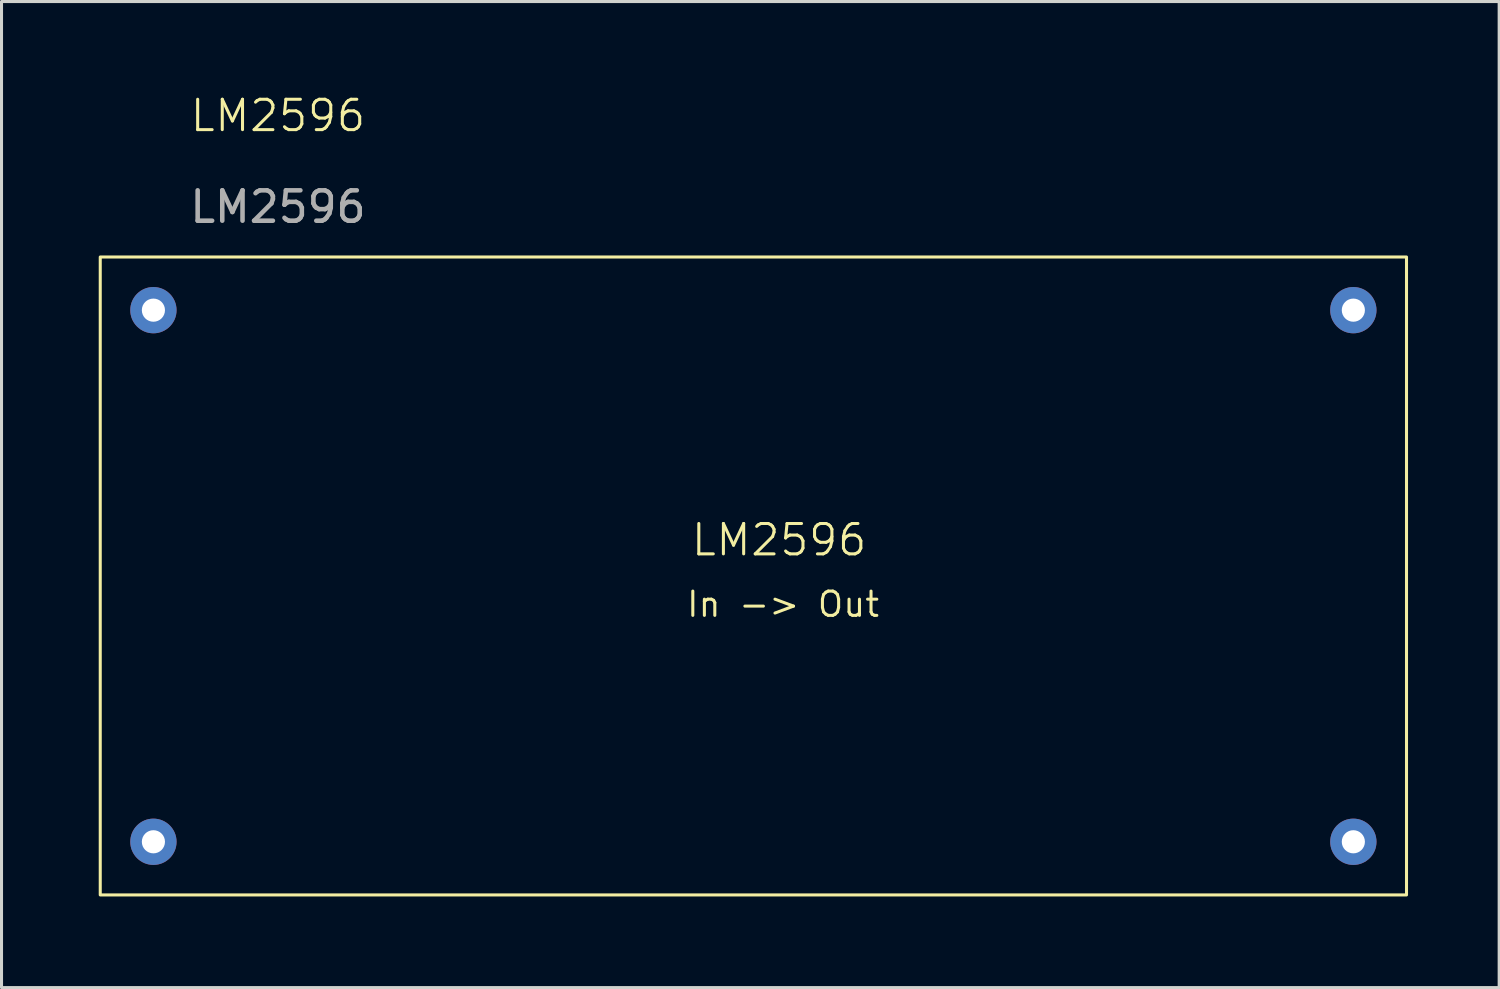
<source format=kicad_pcb>
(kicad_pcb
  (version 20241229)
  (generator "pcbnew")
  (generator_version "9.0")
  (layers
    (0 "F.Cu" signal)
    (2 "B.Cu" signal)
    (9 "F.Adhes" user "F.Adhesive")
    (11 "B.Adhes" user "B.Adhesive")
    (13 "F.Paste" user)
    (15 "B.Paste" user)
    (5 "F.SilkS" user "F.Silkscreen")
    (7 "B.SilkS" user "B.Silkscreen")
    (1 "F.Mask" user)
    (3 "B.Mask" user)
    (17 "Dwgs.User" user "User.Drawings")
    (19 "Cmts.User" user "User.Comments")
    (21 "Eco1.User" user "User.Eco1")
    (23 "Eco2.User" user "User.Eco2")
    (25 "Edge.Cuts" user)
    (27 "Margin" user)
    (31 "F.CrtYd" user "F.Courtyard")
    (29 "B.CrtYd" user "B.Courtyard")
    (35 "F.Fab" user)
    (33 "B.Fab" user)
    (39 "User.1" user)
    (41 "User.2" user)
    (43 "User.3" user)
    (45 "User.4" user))
  (footprint "LM2596"
    (layer "F.Cu")
    (at 0.25 5.41)
    (property "Reference" "LM2596" (at 5.85 -4.65 0) (unlocked yes) (layer "F.SilkS") (effects (font (size 1 1) (thickness 0.1))))
    (attr through_hole)
    (fp_rect (start 0 0) (end 43 21) (stroke (width 0.1) (type default)) (fill no) (layer "F.SilkS"))
    (fp_text user "LM2596" (at 19.4 9.9 0) (unlocked yes) (layer "F.SilkS") (effects (font (size 1 1) (thickness 0.1)) (justify left bottom)))
    (fp_text user "In -> Out" (at 19.25 11.9 0) (unlocked yes) (layer "F.SilkS") (effects (font (size 0.8 0.8) (thickness 0.1)) (justify left bottom)))
    (fp_text user "${REFERENCE}" (at 5.85 -1.65 0) (unlocked yes) (layer "F.Fab") (effects (font (size 1 1) (thickness 0.15))))
    (pad "1" thru_hole circle (at 1.75 1.75) (size 1.524 1.524) (drill 0.762) (layers "*.Cu" "*.Mask"))
    (pad "2" thru_hole circle (at 1.75 19.25) (size 1.524 1.524) (drill 0.762) (layers "*.Cu" "*.Mask"))
    (pad "3" thru_hole circle (at 41.25 1.75) (size 1.524 1.524) (drill 0.762) (layers "*.Cu" "*.Mask"))
    (pad "4" thru_hole circle (at 41.25 19.25) (size 1.524 1.524) (drill 0.762) (layers "*.Cu" "*.Mask")))
  (gr_rect
    (start -3 -3)
    (end 46.3 29.46)
    (stroke (width 0.1) (type default))
    (fill no)
    (layer "Edge.Cuts")))
</source>
